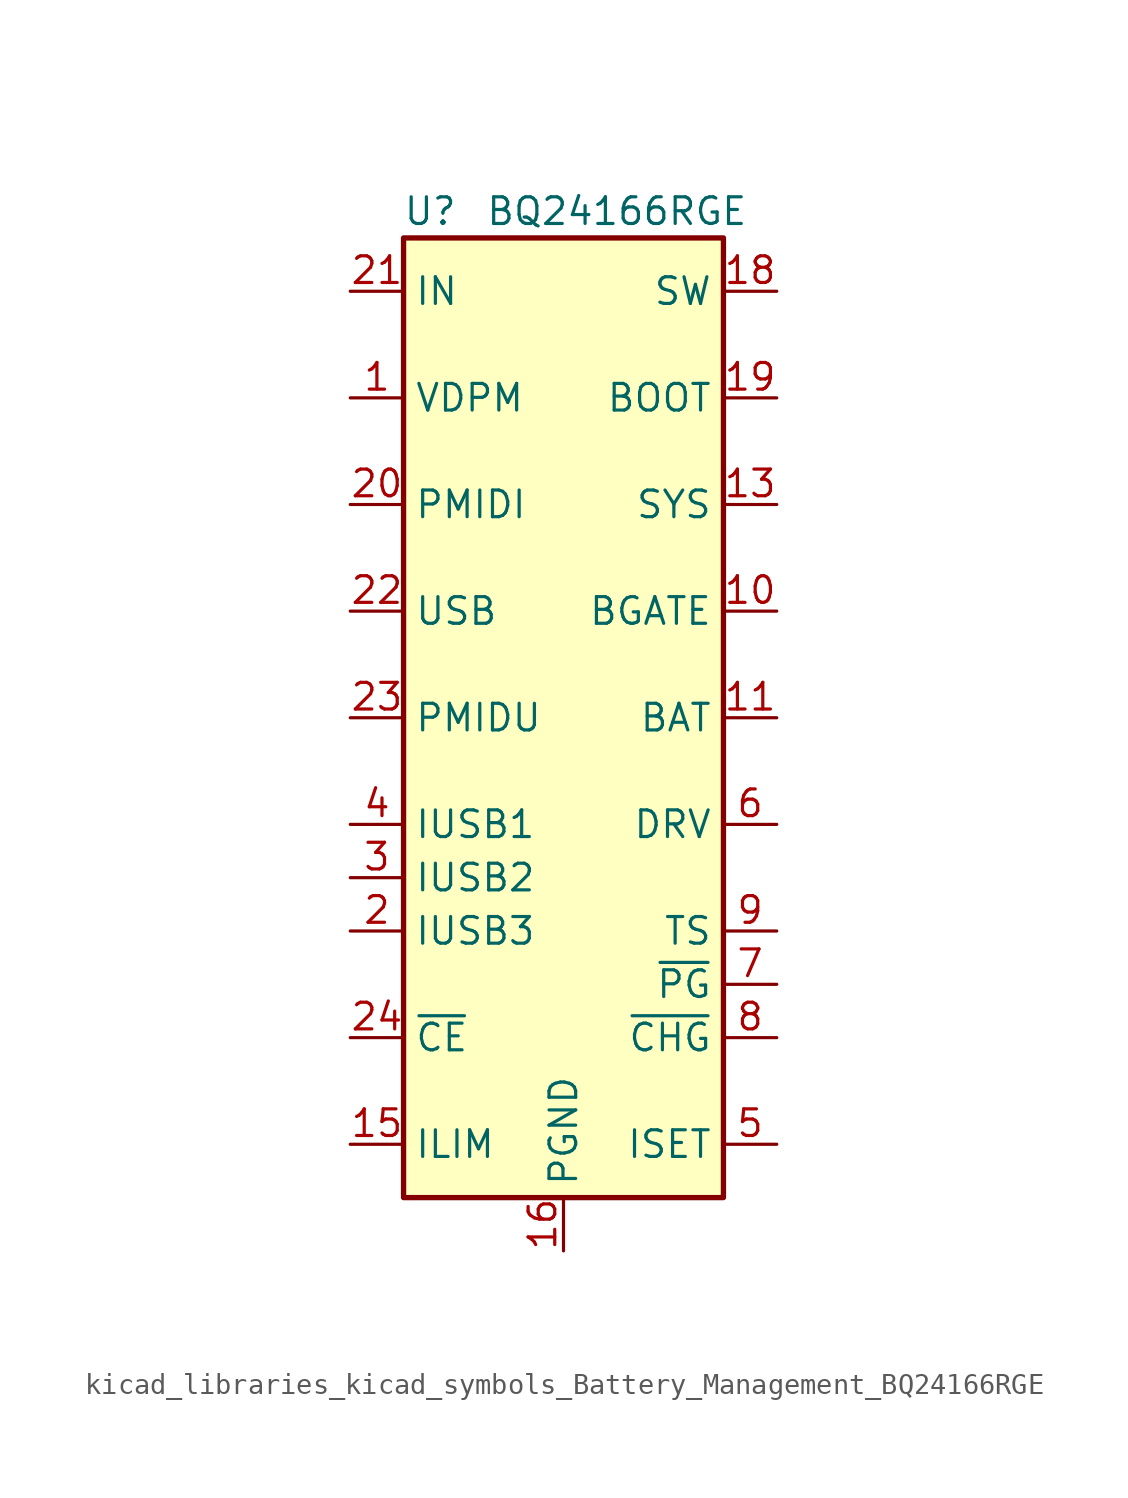
<source format=kicad_sym>
(kicad_symbol_lib
  (version 20220914)
  (generator kicad_symbol_editor)
  (symbol "kicad_libraries_kicad_symbols_Battery_Management_BQ24166RGE"
    (property "Reference" "U"
      (at -6.35 24.13 0)
      (effects (font (size 1.27 1.27))))
    (property "Value" "BQ24166RGE"
      (at 2.54 24.13 0)
      (effects (font (size 1.27 1.27))))
    (symbol "kicad_libraries_kicad_symbols_Battery_Management_BQ24166RGE_0_1"
      (rectangle (start -7.62 22.86) (end 7.62 -22.86) (stroke (width 0.254) (type default)) (fill (type background))))
    (symbol "kicad_libraries_kicad_symbols_Battery_Management_BQ24166RGE_1_1"
      (pin input line (at -10.16 15.24 0) (length 2.54) (name "VDPM" (effects (font (size 1.27 1.27)))) (number "1" (effects (font (size 1.27 1.27)))))
      (pin output line (at 10.16 5.08 180) (length 2.54) (name "BGATE" (effects (font (size 1.27 1.27)))) (number "10" (effects (font (size 1.27 1.27)))))
      (pin passive line (at 10.16 0 180) (length 2.54) (name "BAT" (effects (font (size 1.27 1.27)))) (number "11" (effects (font (size 1.27 1.27)))))
      (pin passive line (at 10.16 0 180) (length 2.54) hide (name "BAT" (effects (font (size 1.27 1.27)))) (number "12" (effects (font (size 1.27 1.27)))))
      (pin power_out line (at 10.16 10.16 180) (length 2.54) (name "SYS" (effects (font (size 1.27 1.27)))) (number "13" (effects (font (size 1.27 1.27)))))
      (pin passive line (at 10.16 10.16 180) (length 2.54) hide (name "SYS" (effects (font (size 1.27 1.27)))) (number "14" (effects (font (size 1.27 1.27)))))
      (pin passive line (at -10.16 -20.32 0) (length 2.54) (name "ILIM" (effects (font (size 1.27 1.27)))) (number "15" (effects (font (size 1.27 1.27)))))
      (pin power_in line (at 0 -25.4 90) (length 2.54) (name "PGND" (effects (font (size 1.27 1.27)))) (number "16" (effects (font (size 1.27 1.27)))))
      (pin passive line (at 0 -25.4 90) (length 2.54) hide (name "PGND" (effects (font (size 1.27 1.27)))) (number "17" (effects (font (size 1.27 1.27)))))
      (pin passive line (at 10.16 20.32 180) (length 2.54) (name "SW" (effects (font (size 1.27 1.27)))) (number "18" (effects (font (size 1.27 1.27)))))
      (pin passive line (at 10.16 15.24 180) (length 2.54) (name "BOOT" (effects (font (size 1.27 1.27)))) (number "19" (effects (font (size 1.27 1.27)))))
      (pin passive line (at -10.16 -10.16 0) (length 2.54) (name "IUSB3" (effects (font (size 1.27 1.27)))) (number "2" (effects (font (size 1.27 1.27)))))
      (pin passive line (at -10.16 10.16 0) (length 2.54) (name "PMIDI" (effects (font (size 1.27 1.27)))) (number "20" (effects (font (size 1.27 1.27)))))
      (pin input line (at -10.16 20.32 0) (length 2.54) (name "IN" (effects (font (size 1.27 1.27)))) (number "21" (effects (font (size 1.27 1.27)))))
      (pin power_in line (at -10.16 5.08 0) (length 2.54) (name "USB" (effects (font (size 1.27 1.27)))) (number "22" (effects (font (size 1.27 1.27)))))
      (pin passive line (at -10.16 0 0) (length 2.54) (name "PMIDU" (effects (font (size 1.27 1.27)))) (number "23" (effects (font (size 1.27 1.27)))))
      (pin input line (at -10.16 -15.24 0) (length 2.54) (name "~{CE}" (effects (font (size 1.27 1.27)))) (number "24" (effects (font (size 1.27 1.27)))))
      (pin passive line (at 0 -25.4 90) (length 2.54) hide (name "PGND" (effects (font (size 1.27 1.27)))) (number "25" (effects (font (size 1.27 1.27)))))
      (pin passive line (at -10.16 -7.62 0) (length 2.54) (name "IUSB2" (effects (font (size 1.27 1.27)))) (number "3" (effects (font (size 1.27 1.27)))))
      (pin passive line (at -10.16 -5.08 0) (length 2.54) (name "IUSB1" (effects (font (size 1.27 1.27)))) (number "4" (effects (font (size 1.27 1.27)))))
      (pin passive line (at 10.16 -20.32 180) (length 2.54) (name "ISET" (effects (font (size 1.27 1.27)))) (number "5" (effects (font (size 1.27 1.27)))))
      (pin output line (at 10.16 -5.08 180) (length 2.54) (name "DRV" (effects (font (size 1.27 1.27)))) (number "6" (effects (font (size 1.27 1.27)))))
      (pin open_collector line (at 10.16 -12.7 180) (length 2.54) (name "~{PG}" (effects (font (size 1.27 1.27)))) (number "7" (effects (font (size 1.27 1.27)))))
      (pin open_collector line (at 10.16 -15.24 180) (length 2.54) (name "~{CHG}" (effects (font (size 1.27 1.27)))) (number "8" (effects (font (size 1.27 1.27)))))
      (pin passive line (at 10.16 -10.16 180) (length 2.54) (name "TS" (effects (font (size 1.27 1.27)))) (number "9" (effects (font (size 1.27 1.27))))))))
</source>
